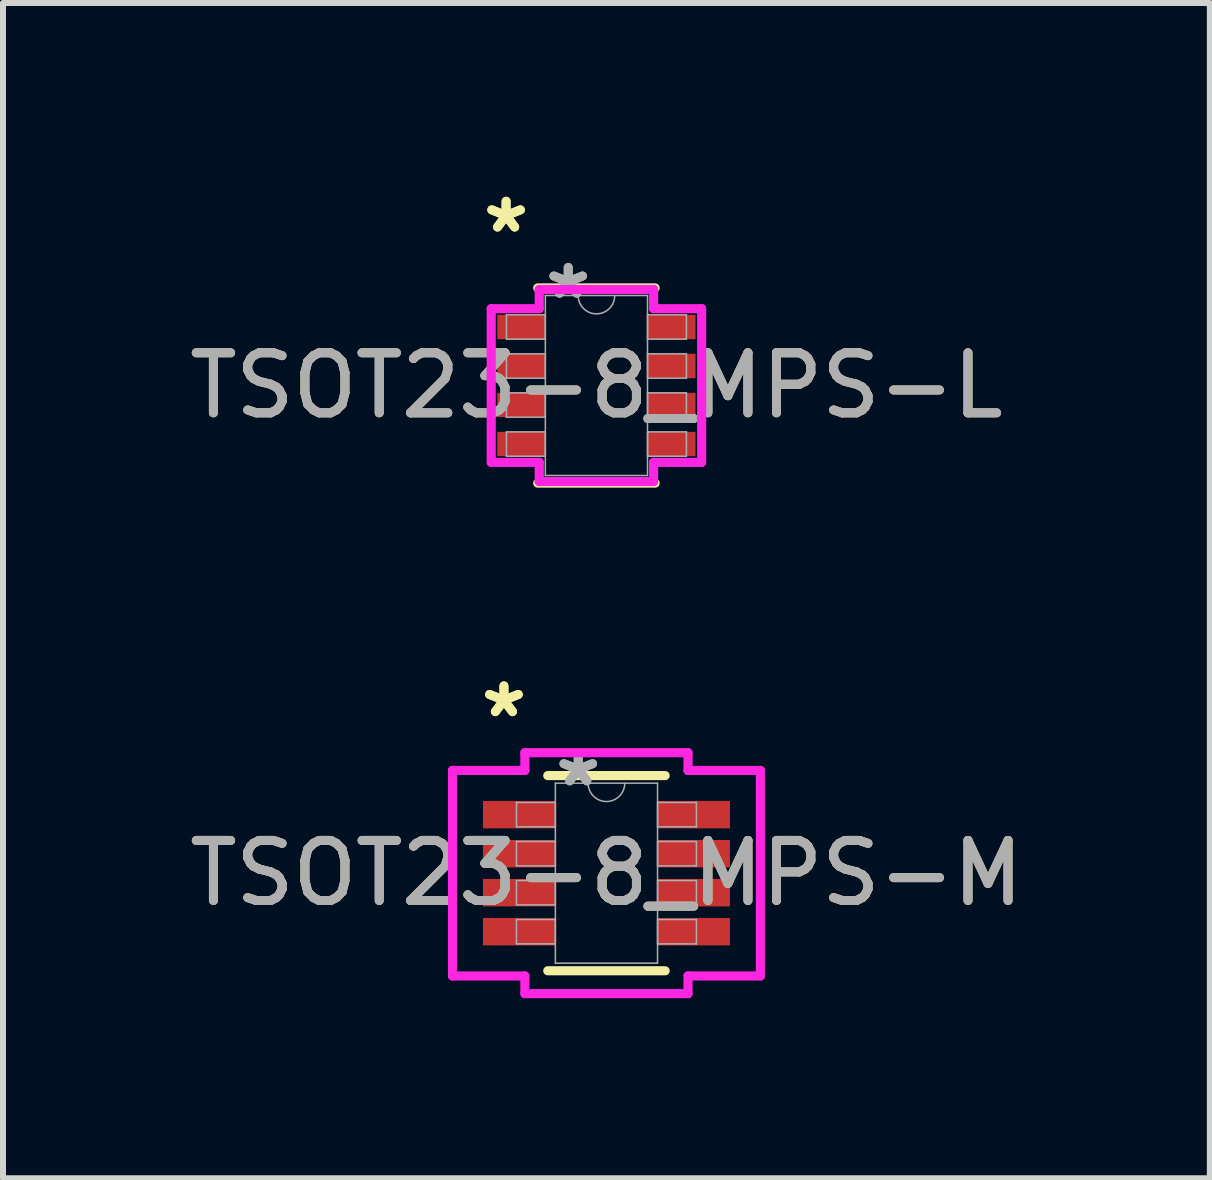
<source format=kicad_pcb>
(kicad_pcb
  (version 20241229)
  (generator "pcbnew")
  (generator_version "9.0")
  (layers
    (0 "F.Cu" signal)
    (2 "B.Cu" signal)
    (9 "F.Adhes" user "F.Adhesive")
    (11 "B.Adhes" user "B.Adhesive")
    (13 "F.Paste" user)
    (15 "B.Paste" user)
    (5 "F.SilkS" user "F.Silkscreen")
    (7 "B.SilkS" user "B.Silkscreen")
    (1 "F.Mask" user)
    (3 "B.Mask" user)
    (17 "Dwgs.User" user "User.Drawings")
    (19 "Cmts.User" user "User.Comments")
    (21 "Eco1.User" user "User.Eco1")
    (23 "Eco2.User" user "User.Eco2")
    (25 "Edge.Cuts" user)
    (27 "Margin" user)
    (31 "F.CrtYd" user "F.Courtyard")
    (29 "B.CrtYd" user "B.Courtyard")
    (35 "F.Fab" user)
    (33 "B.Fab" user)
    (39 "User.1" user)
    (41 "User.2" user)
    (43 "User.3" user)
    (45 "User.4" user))
  (footprint "TSOT23-8_MPS-L"
    (layer "F.Cu")
    (at 6.887 3.373)
    (property "Reference" "TSOT23-8_MPS-L" (at 0 0 0) (unlocked yes) (layer "F.SilkS") (effects (font (size 1 1) (thickness 0.15))))
    (attr smd)
    (fp_line (start -0.978 1.626) (end 0.978 1.626) (stroke (width 0.152) (type solid)) (layer "F.SilkS"))
    (fp_line (start 0.978 -1.626) (end -0.978 -1.626) (stroke (width 0.152) (type solid)) (layer "F.SilkS"))
    (fp_line (start -1.753 -1.28) (end -0.953 -1.28) (stroke (width 0.152) (type solid)) (layer "F.CrtYd"))
    (fp_line (start -1.753 1.28) (end -1.753 -1.28) (stroke (width 0.152) (type solid)) (layer "F.CrtYd"))
    (fp_line (start -1.753 1.28) (end -0.953 1.28) (stroke (width 0.152) (type solid)) (layer "F.CrtYd"))
    (fp_line (start -0.953 -1.6) (end 0.953 -1.6) (stroke (width 0.152) (type solid)) (layer "F.CrtYd"))
    (fp_line (start -0.953 -1.28) (end -0.953 -1.6) (stroke (width 0.152) (type solid)) (layer "F.CrtYd"))
    (fp_line (start -0.953 1.6) (end -0.953 1.28) (stroke (width 0.152) (type solid)) (layer "F.CrtYd"))
    (fp_line (start 0.953 -1.6) (end 0.953 -1.28) (stroke (width 0.152) (type solid)) (layer "F.CrtYd"))
    (fp_line (start 0.953 1.28) (end 0.953 1.6) (stroke (width 0.152) (type solid)) (layer "F.CrtYd"))
    (fp_line (start 0.953 1.6) (end -0.953 1.6) (stroke (width 0.152) (type solid)) (layer "F.CrtYd"))
    (fp_line (start 1.753 -1.28) (end 0.953 -1.28) (stroke (width 0.152) (type solid)) (layer "F.CrtYd"))
    (fp_line (start 1.753 -1.28) (end 1.753 1.28) (stroke (width 0.152) (type solid)) (layer "F.CrtYd"))
    (fp_line (start 1.753 1.28) (end 0.953 1.28) (stroke (width 0.152) (type solid)) (layer "F.CrtYd"))
    (fp_line (start -1.499 -1.178) (end -1.499 -0.772) (stroke (width 0.025) (type solid)) (layer "F.Fab"))
    (fp_line (start -1.499 -0.772) (end -0.851 -0.772) (stroke (width 0.025) (type solid)) (layer "F.Fab"))
    (fp_line (start -1.499 -0.528) (end -1.499 -0.122) (stroke (width 0.025) (type solid)) (layer "F.Fab"))
    (fp_line (start -1.499 -0.122) (end -0.851 -0.122) (stroke (width 0.025) (type solid)) (layer "F.Fab"))
    (fp_line (start -1.499 0.122) (end -1.499 0.528) (stroke (width 0.025) (type solid)) (layer "F.Fab"))
    (fp_line (start -1.499 0.528) (end -0.851 0.528) (stroke (width 0.025) (type solid)) (layer "F.Fab"))
    (fp_line (start -1.499 0.772) (end -1.499 1.178) (stroke (width 0.025) (type solid)) (layer "F.Fab"))
    (fp_line (start -1.499 1.178) (end -0.851 1.178) (stroke (width 0.025) (type solid)) (layer "F.Fab"))
    (fp_line (start -0.851 -1.499) (end -0.851 1.499) (stroke (width 0.025) (type solid)) (layer "F.Fab"))
    (fp_line (start -0.851 -1.178) (end -1.499 -1.178) (stroke (width 0.025) (type solid)) (layer "F.Fab"))
    (fp_line (start -0.851 -0.772) (end -0.851 -1.178) (stroke (width 0.025) (type solid)) (layer "F.Fab"))
    (fp_line (start -0.851 -0.528) (end -1.499 -0.528) (stroke (width 0.025) (type solid)) (layer "F.Fab"))
    (fp_line (start -0.851 -0.122) (end -0.851 -0.528) (stroke (width 0.025) (type solid)) (layer "F.Fab"))
    (fp_line (start -0.851 0.122) (end -1.499 0.122) (stroke (width 0.025) (type solid)) (layer "F.Fab"))
    (fp_line (start -0.851 0.528) (end -0.851 0.122) (stroke (width 0.025) (type solid)) (layer "F.Fab"))
    (fp_line (start -0.851 0.772) (end -1.499 0.772) (stroke (width 0.025) (type solid)) (layer "F.Fab"))
    (fp_line (start -0.851 1.178) (end -0.851 0.772) (stroke (width 0.025) (type solid)) (layer "F.Fab"))
    (fp_line (start -0.851 1.499) (end 0.851 1.499) (stroke (width 0.025) (type solid)) (layer "F.Fab"))
    (fp_line (start 0.851 -1.499) (end -0.851 -1.499) (stroke (width 0.025) (type solid)) (layer "F.Fab"))
    (fp_line (start 0.851 -1.178) (end 0.851 -0.772) (stroke (width 0.025) (type solid)) (layer "F.Fab"))
    (fp_line (start 0.851 -0.772) (end 1.499 -0.772) (stroke (width 0.025) (type solid)) (layer "F.Fab"))
    (fp_line (start 0.851 -0.528) (end 0.851 -0.122) (stroke (width 0.025) (type solid)) (layer "F.Fab"))
    (fp_line (start 0.851 -0.122) (end 1.499 -0.122) (stroke (width 0.025) (type solid)) (layer "F.Fab"))
    (fp_line (start 0.851 0.122) (end 0.851 0.528) (stroke (width 0.025) (type solid)) (layer "F.Fab"))
    (fp_line (start 0.851 0.528) (end 1.499 0.528) (stroke (width 0.025) (type solid)) (layer "F.Fab"))
    (fp_line (start 0.851 0.772) (end 0.851 1.178) (stroke (width 0.025) (type solid)) (layer "F.Fab"))
    (fp_line (start 0.851 1.178) (end 1.499 1.178) (stroke (width 0.025) (type solid)) (layer "F.Fab"))
    (fp_line (start 0.851 1.499) (end 0.851 -1.499) (stroke (width 0.025) (type solid)) (layer "F.Fab"))
    (fp_line (start 1.499 -1.178) (end 0.851 -1.178) (stroke (width 0.025) (type solid)) (layer "F.Fab"))
    (fp_line (start 1.499 -0.772) (end 1.499 -1.178) (stroke (width 0.025) (type solid)) (layer "F.Fab"))
    (fp_line (start 1.499 -0.528) (end 0.851 -0.528) (stroke (width 0.025) (type solid)) (layer "F.Fab"))
    (fp_line (start 1.499 -0.122) (end 1.499 -0.528) (stroke (width 0.025) (type solid)) (layer "F.Fab"))
    (fp_line (start 1.499 0.122) (end 0.851 0.122) (stroke (width 0.025) (type solid)) (layer "F.Fab"))
    (fp_line (start 1.499 0.528) (end 1.499 0.122) (stroke (width 0.025) (type solid)) (layer "F.Fab"))
    (fp_line (start 1.499 0.772) (end 0.851 0.772) (stroke (width 0.025) (type solid)) (layer "F.Fab"))
    (fp_line (start 1.499 1.178) (end 1.499 0.772) (stroke (width 0.025) (type solid)) (layer "F.Fab"))
    (fp_arc (start 0.3048 -1.4986) (mid 0 -1.1938) (end -0.3048 -1.4986) (stroke (width 0.0254) (type solid)) (layer "F.Fab"))
    (fp_text user "*" (at -1.505 -2.524 0) (unlocked yes) (layer "F.SilkS") (effects (font (size 1 1) (thickness 0.15))))
    (fp_text user "*" (at -1.505 -2.524 0) (layer "F.SilkS") (effects (font (size 1 1) (thickness 0.15))))
    (fp_text user "*" (at -0.47 -1.422 0) (unlocked yes) (layer "F.Fab") (effects (font (size 1 1) (thickness 0.15))))
    (fp_text user "*" (at -0.47 -1.422 0) (layer "F.Fab") (effects (font (size 1 1) (thickness 0.15))))
    (fp_text user "${REFERENCE}" (at 0 0 0) (unlocked yes) (layer "F.Fab") (effects (font (size 1 1) (thickness 0.15))))
    (pad "1" smd rect (at -1.251 -0.975) (size 0.8 0.406) (layers "F.Cu" "F.Mask" "F.Paste"))
    (pad "2" smd rect (at -1.251 -0.325) (size 0.8 0.406) (layers "F.Cu" "F.Mask" "F.Paste"))
    (pad "3" smd rect (at -1.251 0.325) (size 0.8 0.406) (layers "F.Cu" "F.Mask" "F.Paste"))
    (pad "4" smd rect (at -1.251 0.975) (size 0.8 0.406) (layers "F.Cu" "F.Mask" "F.Paste"))
    (pad "5" smd rect (at 1.251 0.975) (size 0.8 0.406) (layers "F.Cu" "F.Mask" "F.Paste"))
    (pad "6" smd rect (at 1.251 0.325) (size 0.8 0.406) (layers "F.Cu" "F.Mask" "F.Paste"))
    (pad "7" smd rect (at 1.251 -0.325) (size 0.8 0.406) (layers "F.Cu" "F.Mask" "F.Paste"))
    (pad "8" smd rect (at 1.251 -0.975) (size 0.8 0.406) (layers "F.Cu" "F.Mask" "F.Paste")))
  (footprint "TSOT23-8_MPS-M"
    (layer "F.Cu")
    (at 7.054 11.498)
    (property "Reference" "TSOT23-8_MPS-M" (at 0 0 0) (unlocked yes) (layer "F.SilkS") (effects (font (size 1 1) (thickness 0.15))))
    (attr smd)
    (fp_line (start -0.978 1.626) (end 0.978 1.626) (stroke (width 0.152) (type solid)) (layer "F.SilkS"))
    (fp_line (start 0.978 -1.626) (end -0.978 -1.626) (stroke (width 0.152) (type solid)) (layer "F.SilkS"))
    (fp_line (start -2.565 -1.712) (end -1.359 -1.712) (stroke (width 0.152) (type solid)) (layer "F.CrtYd"))
    (fp_line (start -2.565 1.712) (end -2.565 -1.712) (stroke (width 0.152) (type solid)) (layer "F.CrtYd"))
    (fp_line (start -2.565 1.712) (end -1.359 1.712) (stroke (width 0.152) (type solid)) (layer "F.CrtYd"))
    (fp_line (start -1.359 -2.007) (end 1.359 -2.007) (stroke (width 0.152) (type solid)) (layer "F.CrtYd"))
    (fp_line (start -1.359 -1.712) (end -1.359 -2.007) (stroke (width 0.152) (type solid)) (layer "F.CrtYd"))
    (fp_line (start -1.359 2.007) (end -1.359 1.712) (stroke (width 0.152) (type solid)) (layer "F.CrtYd"))
    (fp_line (start 1.359 -2.007) (end 1.359 -1.712) (stroke (width 0.152) (type solid)) (layer "F.CrtYd"))
    (fp_line (start 1.359 1.712) (end 1.359 2.007) (stroke (width 0.152) (type solid)) (layer "F.CrtYd"))
    (fp_line (start 1.359 2.007) (end -1.359 2.007) (stroke (width 0.152) (type solid)) (layer "F.CrtYd"))
    (fp_line (start 2.565 -1.712) (end 1.359 -1.712) (stroke (width 0.152) (type solid)) (layer "F.CrtYd"))
    (fp_line (start 2.565 -1.712) (end 2.565 1.712) (stroke (width 0.152) (type solid)) (layer "F.CrtYd"))
    (fp_line (start 2.565 1.712) (end 1.359 1.712) (stroke (width 0.152) (type solid)) (layer "F.CrtYd"))
    (fp_line (start -1.499 -1.178) (end -1.499 -0.772) (stroke (width 0.025) (type solid)) (layer "F.Fab"))
    (fp_line (start -1.499 -0.772) (end -0.851 -0.772) (stroke (width 0.025) (type solid)) (layer "F.Fab"))
    (fp_line (start -1.499 -0.528) (end -1.499 -0.122) (stroke (width 0.025) (type solid)) (layer "F.Fab"))
    (fp_line (start -1.499 -0.122) (end -0.851 -0.122) (stroke (width 0.025) (type solid)) (layer "F.Fab"))
    (fp_line (start -1.499 0.122) (end -1.499 0.528) (stroke (width 0.025) (type solid)) (layer "F.Fab"))
    (fp_line (start -1.499 0.528) (end -0.851 0.528) (stroke (width 0.025) (type solid)) (layer "F.Fab"))
    (fp_line (start -1.499 0.772) (end -1.499 1.178) (stroke (width 0.025) (type solid)) (layer "F.Fab"))
    (fp_line (start -1.499 1.178) (end -0.851 1.178) (stroke (width 0.025) (type solid)) (layer "F.Fab"))
    (fp_line (start -0.851 -1.499) (end -0.851 1.499) (stroke (width 0.025) (type solid)) (layer "F.Fab"))
    (fp_line (start -0.851 -1.178) (end -1.499 -1.178) (stroke (width 0.025) (type solid)) (layer "F.Fab"))
    (fp_line (start -0.851 -0.772) (end -0.851 -1.178) (stroke (width 0.025) (type solid)) (layer "F.Fab"))
    (fp_line (start -0.851 -0.528) (end -1.499 -0.528) (stroke (width 0.025) (type solid)) (layer "F.Fab"))
    (fp_line (start -0.851 -0.122) (end -0.851 -0.528) (stroke (width 0.025) (type solid)) (layer "F.Fab"))
    (fp_line (start -0.851 0.122) (end -1.499 0.122) (stroke (width 0.025) (type solid)) (layer "F.Fab"))
    (fp_line (start -0.851 0.528) (end -0.851 0.122) (stroke (width 0.025) (type solid)) (layer "F.Fab"))
    (fp_line (start -0.851 0.772) (end -1.499 0.772) (stroke (width 0.025) (type solid)) (layer "F.Fab"))
    (fp_line (start -0.851 1.178) (end -0.851 0.772) (stroke (width 0.025) (type solid)) (layer "F.Fab"))
    (fp_line (start -0.851 1.499) (end 0.851 1.499) (stroke (width 0.025) (type solid)) (layer "F.Fab"))
    (fp_line (start 0.851 -1.499) (end -0.851 -1.499) (stroke (width 0.025) (type solid)) (layer "F.Fab"))
    (fp_line (start 0.851 -1.178) (end 0.851 -0.772) (stroke (width 0.025) (type solid)) (layer "F.Fab"))
    (fp_line (start 0.851 -0.772) (end 1.499 -0.772) (stroke (width 0.025) (type solid)) (layer "F.Fab"))
    (fp_line (start 0.851 -0.528) (end 0.851 -0.122) (stroke (width 0.025) (type solid)) (layer "F.Fab"))
    (fp_line (start 0.851 -0.122) (end 1.499 -0.122) (stroke (width 0.025) (type solid)) (layer "F.Fab"))
    (fp_line (start 0.851 0.122) (end 0.851 0.528) (stroke (width 0.025) (type solid)) (layer "F.Fab"))
    (fp_line (start 0.851 0.528) (end 1.499 0.528) (stroke (width 0.025) (type solid)) (layer "F.Fab"))
    (fp_line (start 0.851 0.772) (end 0.851 1.178) (stroke (width 0.025) (type solid)) (layer "F.Fab"))
    (fp_line (start 0.851 1.178) (end 1.499 1.178) (stroke (width 0.025) (type solid)) (layer "F.Fab"))
    (fp_line (start 0.851 1.499) (end 0.851 -1.499) (stroke (width 0.025) (type solid)) (layer "F.Fab"))
    (fp_line (start 1.499 -1.178) (end 0.851 -1.178) (stroke (width 0.025) (type solid)) (layer "F.Fab"))
    (fp_line (start 1.499 -0.772) (end 1.499 -1.178) (stroke (width 0.025) (type solid)) (layer "F.Fab"))
    (fp_line (start 1.499 -0.528) (end 0.851 -0.528) (stroke (width 0.025) (type solid)) (layer "F.Fab"))
    (fp_line (start 1.499 -0.122) (end 1.499 -0.528) (stroke (width 0.025) (type solid)) (layer "F.Fab"))
    (fp_line (start 1.499 0.122) (end 0.851 0.122) (stroke (width 0.025) (type solid)) (layer "F.Fab"))
    (fp_line (start 1.499 0.528) (end 1.499 0.122) (stroke (width 0.025) (type solid)) (layer "F.Fab"))
    (fp_line (start 1.499 0.772) (end 0.851 0.772) (stroke (width 0.025) (type solid)) (layer "F.Fab"))
    (fp_line (start 1.499 1.178) (end 1.499 0.772) (stroke (width 0.025) (type solid)) (layer "F.Fab"))
    (fp_arc (start 0.3048 -1.4986) (mid 0 -1.1938) (end -0.3048 -1.4986) (stroke (width 0.0254) (type solid)) (layer "F.Fab"))
    (fp_text user "*" (at -1.708 -2.575 0) (unlocked yes) (layer "F.SilkS") (effects (font (size 1 1) (thickness 0.15))))
    (fp_text user "*" (at -1.708 -2.575 0) (layer "F.SilkS") (effects (font (size 1 1) (thickness 0.15))))
    (fp_text user "*" (at -0.47 -1.422 0) (unlocked yes) (layer "F.Fab") (effects (font (size 1 1) (thickness 0.15))))
    (fp_text user "*" (at -0.47 -1.422 0) (layer "F.Fab") (effects (font (size 1 1) (thickness 0.15))))
    (fp_text user "${REFERENCE}" (at 0 0 0) (unlocked yes) (layer "F.Fab") (effects (font (size 1 1) (thickness 0.15))))
    (pad "1" smd rect (at -1.454 -0.975) (size 1.206 0.457) (layers "F.Cu" "F.Mask" "F.Paste"))
    (pad "2" smd rect (at -1.454 -0.325) (size 1.206 0.457) (layers "F.Cu" "F.Mask" "F.Paste"))
    (pad "3" smd rect (at -1.454 0.325) (size 1.206 0.457) (layers "F.Cu" "F.Mask" "F.Paste"))
    (pad "4" smd rect (at -1.454 0.975) (size 1.206 0.457) (layers "F.Cu" "F.Mask" "F.Paste"))
    (pad "5" smd rect (at 1.454 0.975) (size 1.206 0.457) (layers "F.Cu" "F.Mask" "F.Paste"))
    (pad "6" smd rect (at 1.454 0.325) (size 1.206 0.457) (layers "F.Cu" "F.Mask" "F.Paste"))
    (pad "7" smd rect (at 1.454 -0.325) (size 1.206 0.457) (layers "F.Cu" "F.Mask" "F.Paste"))
    (pad "8" smd rect (at 1.454 -0.975) (size 1.206 0.457) (layers "F.Cu" "F.Mask" "F.Paste")))
  (gr_rect
    (start -3 -3)
    (end 17.107 16.581)
    (stroke (width 0.1) (type default))
    (fill no)
    (layer "Edge.Cuts")))
</source>
